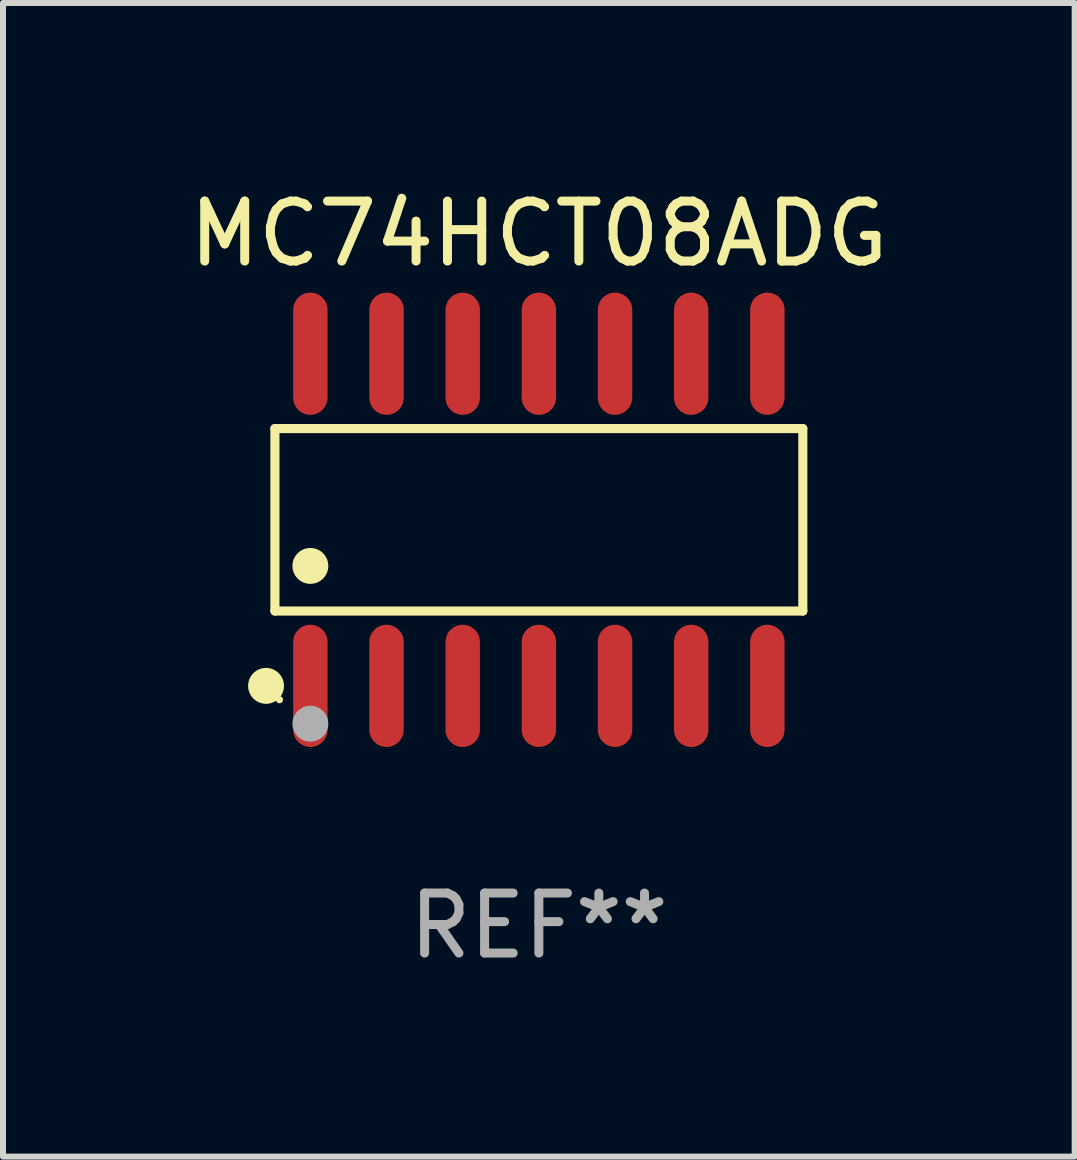
<source format=kicad_pcb>
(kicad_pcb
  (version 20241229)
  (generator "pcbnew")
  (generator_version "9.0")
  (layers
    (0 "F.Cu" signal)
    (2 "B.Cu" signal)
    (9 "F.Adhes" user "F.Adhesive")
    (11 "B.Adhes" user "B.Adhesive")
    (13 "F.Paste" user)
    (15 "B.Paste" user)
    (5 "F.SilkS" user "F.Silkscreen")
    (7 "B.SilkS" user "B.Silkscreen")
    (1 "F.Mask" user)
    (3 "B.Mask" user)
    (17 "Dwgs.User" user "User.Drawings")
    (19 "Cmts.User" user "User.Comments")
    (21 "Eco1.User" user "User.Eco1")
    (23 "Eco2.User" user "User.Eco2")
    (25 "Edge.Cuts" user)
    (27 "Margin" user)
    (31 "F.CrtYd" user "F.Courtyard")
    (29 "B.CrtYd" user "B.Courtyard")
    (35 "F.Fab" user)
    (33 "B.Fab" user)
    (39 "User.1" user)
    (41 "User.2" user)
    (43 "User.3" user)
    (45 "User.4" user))
  (footprint "MC74HCT08ADG"
    (layer "F.Cu")
    (at 5.935 5.617)
    (property "Reference" "MC74HCT08ADG" (at 0 -4.769 0) (layer "F.SilkS") (effects (font (size 1 1) (thickness 0.15))))
    (attr through_hole)
    (fp_line (start -4.401 -1.521) (end 4.401 -1.521) (stroke (width 0.152) (type solid)) (layer "F.SilkS"))
    (fp_line (start -4.401 1.521) (end -4.401 -1.521) (stroke (width 0.152) (type solid)) (layer "F.SilkS"))
    (fp_line (start 4.401 -1.521) (end 4.401 1.521) (stroke (width 0.152) (type solid)) (layer "F.SilkS"))
    (fp_line (start 4.401 1.521) (end -4.401 1.521) (stroke (width 0.152) (type solid)) (layer "F.SilkS"))
    (fp_circle (center -4.549 2.769) (end -4.399 2.769) (stroke (width 0.3) (type solid)) (fill no) (layer "F.SilkS"))
    (fp_circle (center -4.325 3) (end -4.295 3) (stroke (width 0.06) (type solid)) (fill no) (layer "F.SilkS"))
    (fp_circle (center -3.81 0.769) (end -3.66 0.769) (stroke (width 0.3) (type solid)) (fill no) (layer "F.SilkS"))
    (fp_circle (center -3.81 3.4) (end -3.66 3.4) (stroke (width 0.3) (type solid)) (fill no) (layer "F.Fab"))
    (fp_text user "REF**" (at 0 6.769 0) (layer "F.Fab") (effects (font (size 1 1) (thickness 0.15))))
    (pad "1" smd oval (at -3.81 2.769) (size 0.574 2.038) (layers "F.Cu" "F.Mask" "F.Paste"))
    (pad "2" smd oval (at -2.54 2.769) (size 0.574 2.038) (layers "F.Cu" "F.Mask" "F.Paste"))
    (pad "3" smd oval (at -1.27 2.769) (size 0.574 2.038) (layers "F.Cu" "F.Mask" "F.Paste"))
    (pad "4" smd oval (at 0 2.769) (size 0.574 2.038) (layers "F.Cu" "F.Mask" "F.Paste"))
    (pad "5" smd oval (at 1.27 2.769) (size 0.574 2.038) (layers "F.Cu" "F.Mask" "F.Paste"))
    (pad "6" smd oval (at 2.54 2.769) (size 0.574 2.038) (layers "F.Cu" "F.Mask" "F.Paste"))
    (pad "7" smd oval (at 3.81 2.769) (size 0.574 2.038) (layers "F.Cu" "F.Mask" "F.Paste"))
    (pad "8" smd oval (at 3.81 -2.769) (size 0.574 2.038) (layers "F.Cu" "F.Mask" "F.Paste"))
    (pad "9" smd oval (at 2.54 -2.769) (size 0.574 2.038) (layers "F.Cu" "F.Mask" "F.Paste"))
    (pad "10" smd oval (at 1.27 -2.769) (size 0.574 2.038) (layers "F.Cu" "F.Mask" "F.Paste"))
    (pad "11" smd oval (at 0 -2.769) (size 0.574 2.038) (layers "F.Cu" "F.Mask" "F.Paste"))
    (pad "12" smd oval (at -1.27 -2.769) (size 0.574 2.038) (layers "F.Cu" "F.Mask" "F.Paste"))
    (pad "13" smd oval (at -2.54 -2.769) (size 0.574 2.038) (layers "F.Cu" "F.Mask" "F.Paste"))
    (pad "14" smd oval (at -3.81 -2.769) (size 0.574 2.038) (layers "F.Cu" "F.Mask" "F.Paste")))
  (gr_rect
    (start -3 -3)
    (end 14.869 16.235)
    (stroke (width 0.1) (type default))
    (fill no)
    (layer "Edge.Cuts")))
</source>
